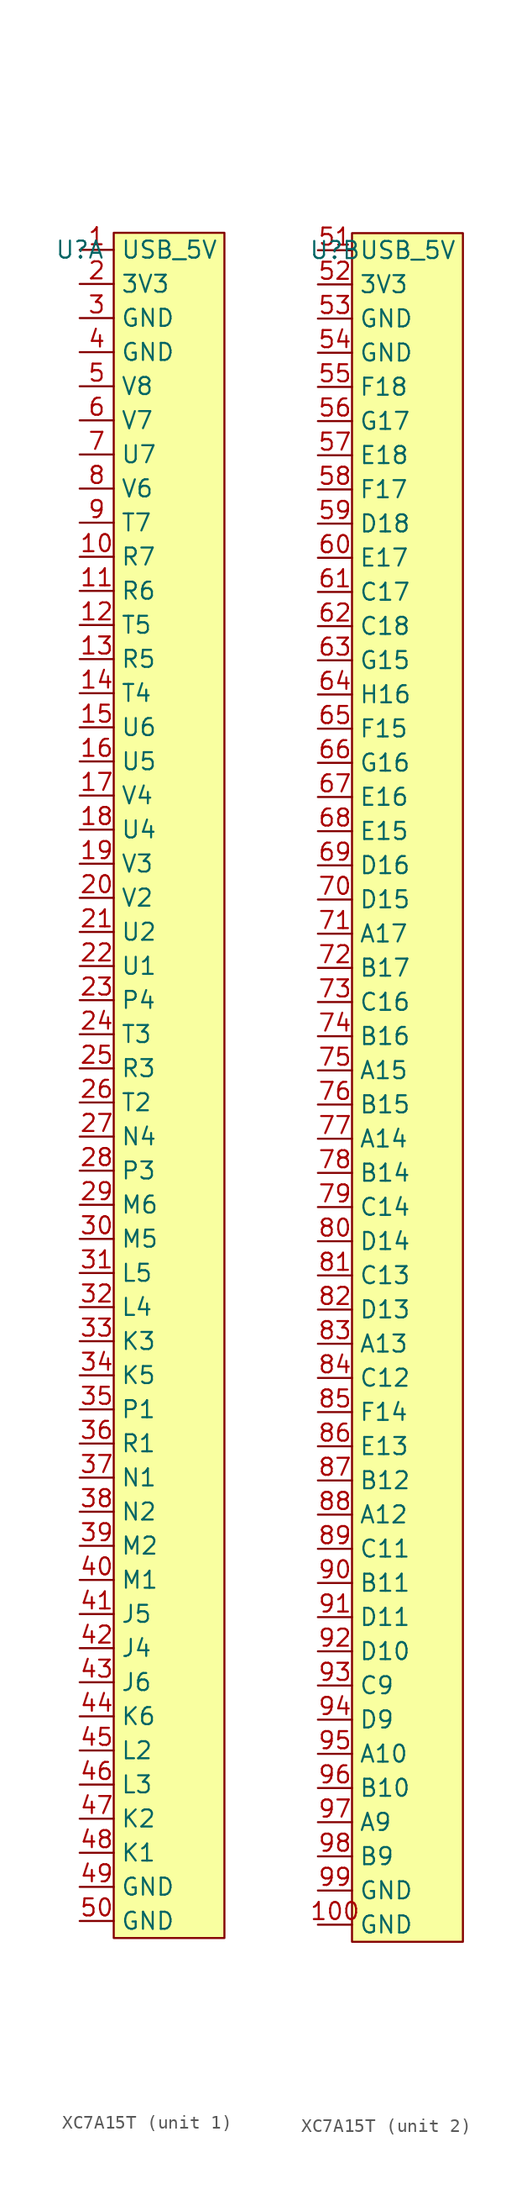
<source format=kicad_sym>
(kicad_symbol_lib
  (version 20241209)
  (generator "kicad_symbol_editor")
  (generator_version "9.0")
  (symbol "XC7A15T"
    (property "Reference" "U"
      (at 0 0 0)
      (effects (font (size 1.27 1.27))))
    (property "Value" ""
      (at 0 0 0)
      (effects (font (size 1.27 1.27))))
    (property "ki_locked" ""
      (at 0 0 0)
      (effects (font (size 1.27 1.27))))
    (symbol "XC7A15T_1_0"
      (pin power_in line (at 0 0 0) (length 2.54) (name "USB_5V" (effects (font (size 1.27 1.27)))) (number "1" (effects (font (size 1.27 1.27)))))
      (pin power_in line (at 0 -2.54 0) (length 2.54) (name "3V3" (effects (font (size 1.27 1.27)))) (number "2" (effects (font (size 1.27 1.27)))))
      (pin passive line (at 0 -5.08 0) (length 2.54) (name "GND" (effects (font (size 1.27 1.27)))) (number "3" (effects (font (size 1.27 1.27)))))
      (pin passive line (at 0 -7.62 0) (length 2.54) (name "GND" (effects (font (size 1.27 1.27)))) (number "4" (effects (font (size 1.27 1.27)))))
      (pin bidirectional line (at 0 -10.16 0) (length 2.54) (name "V8" (effects (font (size 1.27 1.27)))) (number "5" (effects (font (size 1.27 1.27)))))
      (pin bidirectional line (at 0 -12.7 0) (length 2.54) (name "V7" (effects (font (size 1.27 1.27)))) (number "6" (effects (font (size 1.27 1.27)))))
      (pin bidirectional line (at 0 -15.24 0) (length 2.54) (name "U7" (effects (font (size 1.27 1.27)))) (number "7" (effects (font (size 1.27 1.27)))))
      (pin bidirectional line (at 0 -17.78 0) (length 2.54) (name "V6" (effects (font (size 1.27 1.27)))) (number "8" (effects (font (size 1.27 1.27)))))
      (pin bidirectional line (at 0 -20.32 0) (length 2.54) (name "T7" (effects (font (size 1.27 1.27)))) (number "9" (effects (font (size 1.27 1.27)))))
      (pin bidirectional line (at 0 -22.86 0) (length 2.54) (name "R7" (effects (font (size 1.27 1.27)))) (number "10" (effects (font (size 1.27 1.27)))))
      (pin bidirectional line (at 0 -25.4 0) (length 2.54) (name "R6" (effects (font (size 1.27 1.27)))) (number "11" (effects (font (size 1.27 1.27)))))
      (pin bidirectional line (at 0 -27.94 0) (length 2.54) (name "T5" (effects (font (size 1.27 1.27)))) (number "12" (effects (font (size 1.27 1.27)))))
      (pin bidirectional line (at 0 -30.48 0) (length 2.54) (name "R5" (effects (font (size 1.27 1.27)))) (number "13" (effects (font (size 1.27 1.27)))))
      (pin bidirectional line (at 0 -33.02 0) (length 2.54) (name "T4" (effects (font (size 1.27 1.27)))) (number "14" (effects (font (size 1.27 1.27)))))
      (pin bidirectional line (at 0 -35.56 0) (length 2.54) (name "U6" (effects (font (size 1.27 1.27)))) (number "15" (effects (font (size 1.27 1.27)))))
      (pin bidirectional line (at 0 -38.1 0) (length 2.54) (name "U5" (effects (font (size 1.27 1.27)))) (number "16" (effects (font (size 1.27 1.27)))))
      (pin bidirectional line (at 0 -40.64 0) (length 2.54) (name "V4" (effects (font (size 1.27 1.27)))) (number "17" (effects (font (size 1.27 1.27)))))
      (pin bidirectional line (at 0 -43.18 0) (length 2.54) (name "U4" (effects (font (size 1.27 1.27)))) (number "18" (effects (font (size 1.27 1.27)))))
      (pin bidirectional line (at 0 -45.72 0) (length 2.54) (name "V3" (effects (font (size 1.27 1.27)))) (number "19" (effects (font (size 1.27 1.27)))))
      (pin bidirectional line (at 0 -48.26 0) (length 2.54) (name "V2" (effects (font (size 1.27 1.27)))) (number "20" (effects (font (size 1.27 1.27)))))
      (pin bidirectional line (at 0 -50.8 0) (length 2.54) (name "U2" (effects (font (size 1.27 1.27)))) (number "21" (effects (font (size 1.27 1.27)))))
      (pin bidirectional line (at 0 -53.34 0) (length 2.54) (name "U1" (effects (font (size 1.27 1.27)))) (number "22" (effects (font (size 1.27 1.27)))))
      (pin bidirectional line (at 0 -55.88 0) (length 2.54) (name "P4" (effects (font (size 1.27 1.27)))) (number "23" (effects (font (size 1.27 1.27)))))
      (pin bidirectional line (at 0 -58.42 0) (length 2.54) (name "T3" (effects (font (size 1.27 1.27)))) (number "24" (effects (font (size 1.27 1.27)))))
      (pin bidirectional line (at 0 -60.96 0) (length 2.54) (name "R3" (effects (font (size 1.27 1.27)))) (number "25" (effects (font (size 1.27 1.27)))))
      (pin bidirectional line (at 0 -63.5 0) (length 2.54) (name "T2" (effects (font (size 1.27 1.27)))) (number "26" (effects (font (size 1.27 1.27)))))
      (pin bidirectional line (at 0 -66.04 0) (length 2.54) (name "N4" (effects (font (size 1.27 1.27)))) (number "27" (effects (font (size 1.27 1.27)))))
      (pin bidirectional line (at 0 -68.58 0) (length 2.54) (name "P3" (effects (font (size 1.27 1.27)))) (number "28" (effects (font (size 1.27 1.27)))))
      (pin bidirectional line (at 0 -71.12 0) (length 2.54) (name "M6" (effects (font (size 1.27 1.27)))) (number "29" (effects (font (size 1.27 1.27)))))
      (pin bidirectional line (at 0 -73.66 0) (length 2.54) (name "M5" (effects (font (size 1.27 1.27)))) (number "30" (effects (font (size 1.27 1.27)))))
      (pin bidirectional line (at 0 -76.2 0) (length 2.54) (name "L5" (effects (font (size 1.27 1.27)))) (number "31" (effects (font (size 1.27 1.27)))))
      (pin bidirectional line (at 0 -78.74 0) (length 2.54) (name "L4" (effects (font (size 1.27 1.27)))) (number "32" (effects (font (size 1.27 1.27)))))
      (pin bidirectional line (at 0 -81.28 0) (length 2.54) (name "K3" (effects (font (size 1.27 1.27)))) (number "33" (effects (font (size 1.27 1.27)))))
      (pin bidirectional line (at 0 -83.82 0) (length 2.54) (name "K5" (effects (font (size 1.27 1.27)))) (number "34" (effects (font (size 1.27 1.27)))))
      (pin bidirectional line (at 0 -86.36 0) (length 2.54) (name "P1" (effects (font (size 1.27 1.27)))) (number "35" (effects (font (size 1.27 1.27)))))
      (pin bidirectional line (at 0 -88.9 0) (length 2.54) (name "R1" (effects (font (size 1.27 1.27)))) (number "36" (effects (font (size 1.27 1.27)))))
      (pin bidirectional line (at 0 -91.44 0) (length 2.54) (name "N1" (effects (font (size 1.27 1.27)))) (number "37" (effects (font (size 1.27 1.27)))))
      (pin bidirectional line (at 0 -93.98 0) (length 2.54) (name "N2" (effects (font (size 1.27 1.27)))) (number "38" (effects (font (size 1.27 1.27)))))
      (pin bidirectional line (at 0 -96.52 0) (length 2.54) (name "M2" (effects (font (size 1.27 1.27)))) (number "39" (effects (font (size 1.27 1.27)))))
      (pin bidirectional line (at 0 -99.06 0) (length 2.54) (name "M1" (effects (font (size 1.27 1.27)))) (number "40" (effects (font (size 1.27 1.27)))))
      (pin bidirectional line (at 0 -101.6 0) (length 2.54) (name "J5" (effects (font (size 1.27 1.27)))) (number "41" (effects (font (size 1.27 1.27)))))
      (pin bidirectional line (at 0 -104.14 0) (length 2.54) (name "J4" (effects (font (size 1.27 1.27)))) (number "42" (effects (font (size 1.27 1.27)))))
      (pin bidirectional line (at 0 -106.68 0) (length 2.54) (name "J6" (effects (font (size 1.27 1.27)))) (number "43" (effects (font (size 1.27 1.27)))))
      (pin bidirectional line (at 0 -109.22 0) (length 2.54) (name "K6" (effects (font (size 1.27 1.27)))) (number "44" (effects (font (size 1.27 1.27)))))
      (pin bidirectional line (at 0 -111.76 0) (length 2.54) (name "L2" (effects (font (size 1.27 1.27)))) (number "45" (effects (font (size 1.27 1.27)))))
      (pin bidirectional line (at 0 -114.3 0) (length 2.54) (name "L3" (effects (font (size 1.27 1.27)))) (number "46" (effects (font (size 1.27 1.27)))))
      (pin bidirectional line (at 0 -116.84 0) (length 2.54) (name "K2" (effects (font (size 1.27 1.27)))) (number "47" (effects (font (size 1.27 1.27)))))
      (pin bidirectional line (at 0 -119.38 0) (length 2.54) (name "K1" (effects (font (size 1.27 1.27)))) (number "48" (effects (font (size 1.27 1.27)))))
      (pin passive line (at 0 -121.92 0) (length 2.54) (name "GND" (effects (font (size 1.27 1.27)))) (number "49" (effects (font (size 1.27 1.27)))))
      (pin passive line (at 0 -124.46 0) (length 2.54) (name "GND" (effects (font (size 1.27 1.27)))) (number "50" (effects (font (size 1.27 1.27))))))
    (symbol "XC7A15T_1_1"
      (text_box "" (at 2.54 1.27 0) (size 8.255 -127) (margins 1.016 1.016 1.016 1.016) (stroke (width 0) (type default)) (fill (type color) (color 249 255 160 1)) (effects (font (size 1.27 1.27)) (justify left top))))
    (symbol "XC7A15T_2_0"
      (pin power_in line (at -1.27 0 0) (length 2.54) (name "USB_5V" (effects (font (size 1.27 1.27)))) (number "51" (effects (font (size 1.27 1.27)))))
      (pin power_in line (at -1.27 -2.54 0) (length 2.54) (name "3V3" (effects (font (size 1.27 1.27)))) (number "52" (effects (font (size 1.27 1.27)))))
      (pin passive line (at -1.27 -5.08 0) (length 2.54) (name "GND" (effects (font (size 1.27 1.27)))) (number "53" (effects (font (size 1.27 1.27)))))
      (pin passive line (at -1.27 -7.62 0) (length 2.54) (name "GND" (effects (font (size 1.27 1.27)))) (number "54" (effects (font (size 1.27 1.27)))))
      (pin bidirectional line (at -1.27 -10.16 0) (length 2.54) (name "F18" (effects (font (size 1.27 1.27)))) (number "55" (effects (font (size 1.27 1.27)))))
      (pin bidirectional line (at -1.27 -12.7 0) (length 2.54) (name "G17" (effects (font (size 1.27 1.27)))) (number "56" (effects (font (size 1.27 1.27)))))
      (pin bidirectional line (at -1.27 -15.24 0) (length 2.54) (name "E18" (effects (font (size 1.27 1.27)))) (number "57" (effects (font (size 1.27 1.27)))))
      (pin bidirectional line (at -1.27 -17.78 0) (length 2.54) (name "F17" (effects (font (size 1.27 1.27)))) (number "58" (effects (font (size 1.27 1.27)))))
      (pin bidirectional line (at -1.27 -20.32 0) (length 2.54) (name "D18" (effects (font (size 1.27 1.27)))) (number "59" (effects (font (size 1.27 1.27)))))
      (pin bidirectional line (at -1.27 -22.86 0) (length 2.54) (name "E17" (effects (font (size 1.27 1.27)))) (number "60" (effects (font (size 1.27 1.27)))))
      (pin bidirectional line (at -1.27 -25.4 0) (length 2.54) (name "C17" (effects (font (size 1.27 1.27)))) (number "61" (effects (font (size 1.27 1.27)))))
      (pin bidirectional line (at -1.27 -27.94 0) (length 2.54) (name "C18" (effects (font (size 1.27 1.27)))) (number "62" (effects (font (size 1.27 1.27)))))
      (pin bidirectional line (at -1.27 -30.48 0) (length 2.54) (name "G15" (effects (font (size 1.27 1.27)))) (number "63" (effects (font (size 1.27 1.27)))))
      (pin bidirectional line (at -1.27 -33.02 0) (length 2.54) (name "H16" (effects (font (size 1.27 1.27)))) (number "64" (effects (font (size 1.27 1.27)))))
      (pin bidirectional line (at -1.27 -35.56 0) (length 2.54) (name "F15" (effects (font (size 1.27 1.27)))) (number "65" (effects (font (size 1.27 1.27)))))
      (pin bidirectional line (at -1.27 -38.1 0) (length 2.54) (name "G16" (effects (font (size 1.27 1.27)))) (number "66" (effects (font (size 1.27 1.27)))))
      (pin bidirectional line (at -1.27 -40.64 0) (length 2.54) (name "E16" (effects (font (size 1.27 1.27)))) (number "67" (effects (font (size 1.27 1.27)))))
      (pin bidirectional line (at -1.27 -43.18 0) (length 2.54) (name "E15" (effects (font (size 1.27 1.27)))) (number "68" (effects (font (size 1.27 1.27)))))
      (pin bidirectional line (at -1.27 -45.72 0) (length 2.54) (name "D16" (effects (font (size 1.27 1.27)))) (number "69" (effects (font (size 1.27 1.27)))))
      (pin bidirectional line (at -1.27 -48.26 0) (length 2.54) (name "D15" (effects (font (size 1.27 1.27)))) (number "70" (effects (font (size 1.27 1.27)))))
      (pin bidirectional line (at -1.27 -50.8 0) (length 2.54) (name "A17" (effects (font (size 1.27 1.27)))) (number "71" (effects (font (size 1.27 1.27)))))
      (pin bidirectional line (at -1.27 -53.34 0) (length 2.54) (name "B17" (effects (font (size 1.27 1.27)))) (number "72" (effects (font (size 1.27 1.27)))))
      (pin bidirectional line (at -1.27 -55.88 0) (length 2.54) (name "C16" (effects (font (size 1.27 1.27)))) (number "73" (effects (font (size 1.27 1.27)))))
      (pin bidirectional line (at -1.27 -58.42 0) (length 2.54) (name "B16" (effects (font (size 1.27 1.27)))) (number "74" (effects (font (size 1.27 1.27)))))
      (pin bidirectional line (at -1.27 -60.96 0) (length 2.54) (name "A15" (effects (font (size 1.27 1.27)))) (number "75" (effects (font (size 1.27 1.27)))))
      (pin bidirectional line (at -1.27 -63.5 0) (length 2.54) (name "B15" (effects (font (size 1.27 1.27)))) (number "76" (effects (font (size 1.27 1.27)))))
      (pin bidirectional line (at -1.27 -66.04 0) (length 2.54) (name "A14" (effects (font (size 1.27 1.27)))) (number "77" (effects (font (size 1.27 1.27)))))
      (pin bidirectional line (at -1.27 -68.58 0) (length 2.54) (name "B14" (effects (font (size 1.27 1.27)))) (number "78" (effects (font (size 1.27 1.27)))))
      (pin bidirectional line (at -1.27 -71.12 0) (length 2.54) (name "C14" (effects (font (size 1.27 1.27)))) (number "79" (effects (font (size 1.27 1.27)))))
      (pin bidirectional line (at -1.27 -73.66 0) (length 2.54) (name "D14" (effects (font (size 1.27 1.27)))) (number "80" (effects (font (size 1.27 1.27)))))
      (pin bidirectional line (at -1.27 -76.2 0) (length 2.54) (name "C13" (effects (font (size 1.27 1.27)))) (number "81" (effects (font (size 1.27 1.27)))))
      (pin bidirectional line (at -1.27 -78.74 0) (length 2.54) (name "D13" (effects (font (size 1.27 1.27)))) (number "82" (effects (font (size 1.27 1.27)))))
      (pin bidirectional line (at -1.27 -81.28 0) (length 2.54) (name "A13" (effects (font (size 1.27 1.27)))) (number "83" (effects (font (size 1.27 1.27)))))
      (pin bidirectional line (at -1.27 -83.82 0) (length 2.54) (name "C12" (effects (font (size 1.27 1.27)))) (number "84" (effects (font (size 1.27 1.27)))))
      (pin bidirectional line (at -1.27 -86.36 0) (length 2.54) (name "F14" (effects (font (size 1.27 1.27)))) (number "85" (effects (font (size 1.27 1.27)))))
      (pin bidirectional line (at -1.27 -88.9 0) (length 2.54) (name "E13" (effects (font (size 1.27 1.27)))) (number "86" (effects (font (size 1.27 1.27)))))
      (pin bidirectional line (at -1.27 -91.44 0) (length 2.54) (name "B12" (effects (font (size 1.27 1.27)))) (number "87" (effects (font (size 1.27 1.27)))))
      (pin bidirectional line (at -1.27 -93.98 0) (length 2.54) (name "A12" (effects (font (size 1.27 1.27)))) (number "88" (effects (font (size 1.27 1.27)))))
      (pin bidirectional line (at -1.27 -96.52 0) (length 2.54) (name "C11" (effects (font (size 1.27 1.27)))) (number "89" (effects (font (size 1.27 1.27)))))
      (pin bidirectional line (at -1.27 -99.06 0) (length 2.54) (name "B11" (effects (font (size 1.27 1.27)))) (number "90" (effects (font (size 1.27 1.27)))))
      (pin bidirectional line (at -1.27 -101.6 0) (length 2.54) (name "D11" (effects (font (size 1.27 1.27)))) (number "91" (effects (font (size 1.27 1.27)))))
      (pin bidirectional line (at -1.27 -104.14 0) (length 2.54) (name "D10" (effects (font (size 1.27 1.27)))) (number "92" (effects (font (size 1.27 1.27)))))
      (pin bidirectional line (at -1.27 -106.68 0) (length 2.54) (name "C9" (effects (font (size 1.27 1.27)))) (number "93" (effects (font (size 1.27 1.27)))))
      (pin bidirectional line (at -1.27 -109.22 0) (length 2.54) (name "D9" (effects (font (size 1.27 1.27)))) (number "94" (effects (font (size 1.27 1.27)))))
      (pin bidirectional line (at -1.27 -111.76 0) (length 2.54) (name "A10" (effects (font (size 1.27 1.27)))) (number "95" (effects (font (size 1.27 1.27)))))
      (pin bidirectional line (at -1.27 -114.3 0) (length 2.54) (name "B10" (effects (font (size 1.27 1.27)))) (number "96" (effects (font (size 1.27 1.27)))))
      (pin bidirectional line (at -1.27 -116.84 0) (length 2.54) (name "A9" (effects (font (size 1.27 1.27)))) (number "97" (effects (font (size 1.27 1.27)))))
      (pin bidirectional line (at -1.27 -119.38 0) (length 2.54) (name "B9" (effects (font (size 1.27 1.27)))) (number "98" (effects (font (size 1.27 1.27)))))
      (pin passive line (at -1.27 -121.92 0) (length 2.54) (name "GND" (effects (font (size 1.27 1.27)))) (number "99" (effects (font (size 1.27 1.27)))))
      (pin passive line (at -1.27 -124.46 0) (length 2.54) (name "GND" (effects (font (size 1.27 1.27)))) (number "100" (effects (font (size 1.27 1.27))))))
    (symbol "XC7A15T_2_1"
      (text_box "" (at 1.27 1.27 0) (size 8.255 -127) (margins 1.016 1.016 1.016 1.016) (stroke (width 0) (type default)) (fill (type color) (color 249 255 160 1)) (effects (font (size 1.27 1.27)) (justify left top))))))
</source>
